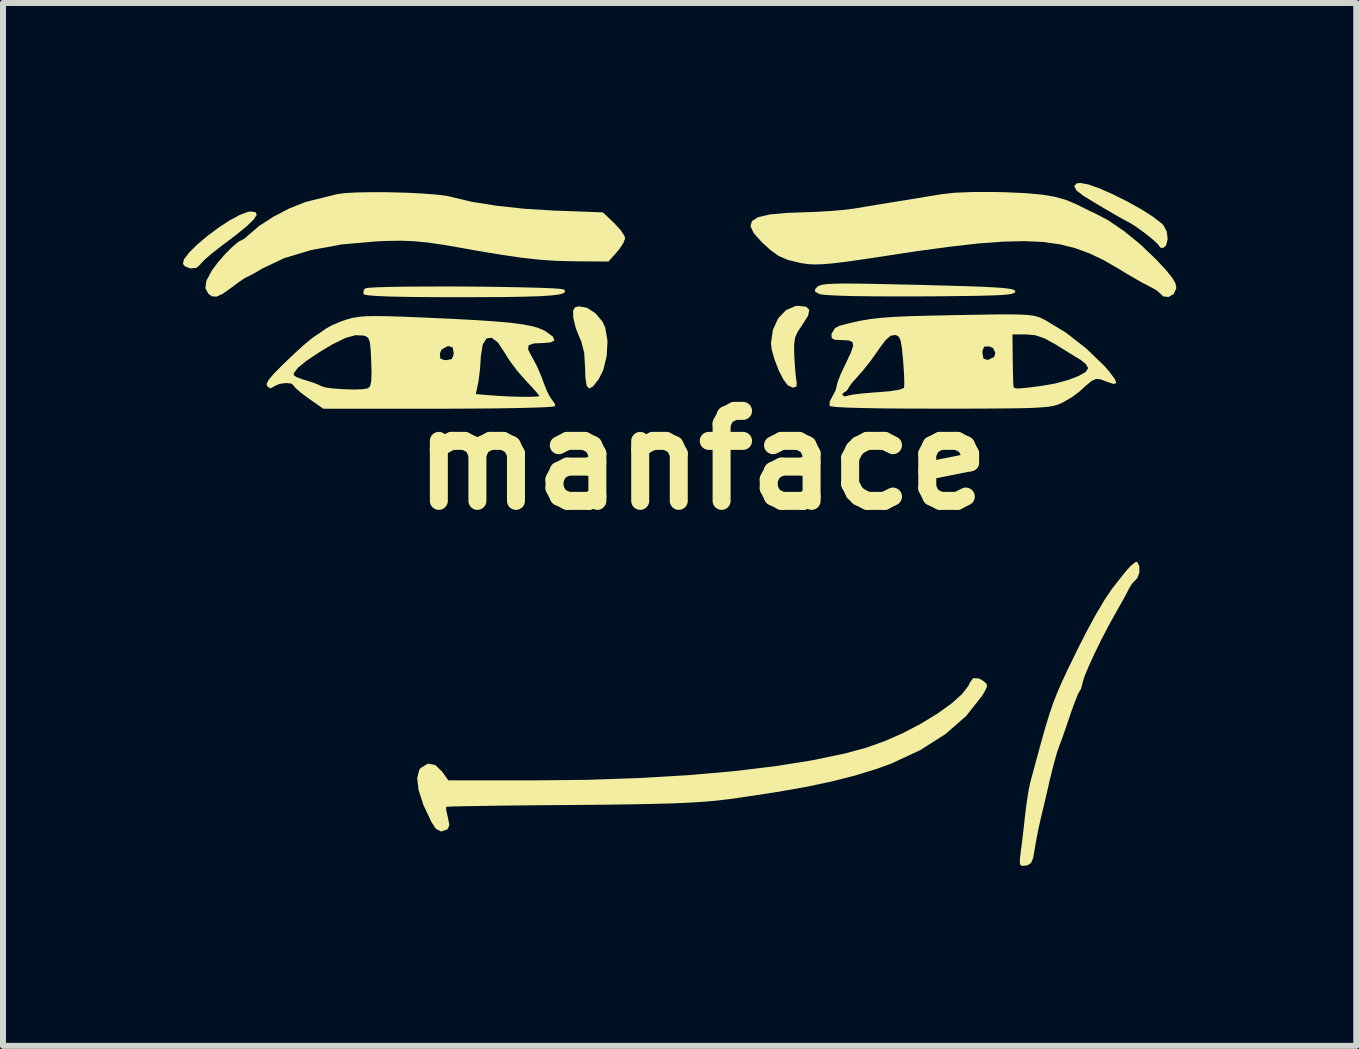
<source format=kicad_pcb>
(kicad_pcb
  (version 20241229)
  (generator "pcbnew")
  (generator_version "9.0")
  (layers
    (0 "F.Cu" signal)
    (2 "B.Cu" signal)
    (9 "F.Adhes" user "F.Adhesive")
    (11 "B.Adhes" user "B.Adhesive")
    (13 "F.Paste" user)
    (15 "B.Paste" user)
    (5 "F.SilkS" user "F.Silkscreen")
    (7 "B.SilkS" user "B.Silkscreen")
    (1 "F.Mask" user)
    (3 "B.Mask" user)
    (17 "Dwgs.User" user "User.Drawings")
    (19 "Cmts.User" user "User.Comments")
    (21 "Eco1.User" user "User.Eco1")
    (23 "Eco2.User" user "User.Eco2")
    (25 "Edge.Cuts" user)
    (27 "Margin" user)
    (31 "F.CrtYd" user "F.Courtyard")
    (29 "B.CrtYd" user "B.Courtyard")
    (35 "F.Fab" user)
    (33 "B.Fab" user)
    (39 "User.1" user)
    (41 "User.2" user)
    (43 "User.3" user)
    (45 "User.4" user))
  (footprint "manface"
    (layer "F.Cu")
    (at 8.659 4.622)
    (property "Reference" "manface" (at 0 0 0) (layer "F.SilkS") (effects (font (size 1.5 1.5) (thickness 0.3))))
    (attr board_only exclude_from_pos_files exclude_from_bom)
    (fp_poly (pts (xy -1.923 -2.541) (xy -1.782 -2.45) (xy -1.666 -2.312) (xy -1.618 -2.208) (xy -1.581 -1.989) (xy -1.594 -1.741) (xy -1.65 -1.506) (xy -1.725 -1.354) (xy -1.82 -1.232) (xy -1.887 -1.194) (xy -1.929 -1.243) (xy -1.95 -1.381) (xy -1.954 -1.527) (xy -1.969 -1.787) (xy -2.019 -1.982) (xy -2.045 -2.04) (xy -2.109 -2.2) (xy -2.149 -2.362) (xy -2.152 -2.384) (xy -2.154 -2.498) (xy -2.119 -2.55) (xy -2.061 -2.565)) (stroke (width 0) (type solid)) (fill yes) (layer "F.SilkS"))
    (fp_poly (pts (xy -7.446 -4.133) (xy -7.429 -4.09) (xy -7.478 -4.014) (xy -7.597 -3.899) (xy -7.79 -3.742) (xy -8.021 -3.568) (xy -8.173 -3.45) (xy -8.294 -3.346) (xy -8.363 -3.274) (xy -8.371 -3.261) (xy -8.435 -3.206) (xy -8.536 -3.197) (xy -8.627 -3.232) (xy -8.659 -3.273) (xy -8.642 -3.349) (xy -8.557 -3.46) (xy -8.423 -3.593) (xy -8.256 -3.734) (xy -8.071 -3.873) (xy -7.885 -3.995) (xy -7.714 -4.088) (xy -7.576 -4.14) (xy -7.527 -4.146)) (stroke (width 0) (type solid)) (fill yes) (layer "F.SilkS"))
    (fp_poly (pts (xy 1.732 -2.558) (xy 1.784 -2.505) (xy 1.762 -2.406) (xy 1.669 -2.259) (xy 1.59 -2.141) (xy 1.546 -2.043) (xy 1.53 -1.929) (xy 1.532 -1.766) (xy 1.535 -1.703) (xy 1.547 -1.523) (xy 1.56 -1.377) (xy 1.574 -1.295) (xy 1.574 -1.293) (xy 1.568 -1.225) (xy 1.506 -1.209) (xy 1.423 -1.25) (xy 1.352 -1.344) (xy 1.274 -1.496) (xy 1.205 -1.674) (xy 1.157 -1.843) (xy 1.144 -1.948) (xy 1.176 -2.173) (xy 1.264 -2.364) (xy 1.395 -2.502) (xy 1.554 -2.57) (xy 1.602 -2.573)) (stroke (width 0) (type solid)) (fill yes) (layer "F.SilkS"))
    (fp_poly (pts (xy 6.435 -4.597) (xy 6.624 -4.53) (xy 6.848 -4.431) (xy 7.085 -4.313) (xy 7.313 -4.186) (xy 7.51 -4.061) (xy 7.654 -3.95) (xy 7.688 -3.917) (xy 7.743 -3.811) (xy 7.758 -3.688) (xy 7.733 -3.583) (xy 7.684 -3.538) (xy 7.63 -3.545) (xy 7.625 -3.56) (xy 7.589 -3.607) (xy 7.499 -3.688) (xy 7.378 -3.785) (xy 7.25 -3.878) (xy 7.14 -3.95) (xy 7.101 -3.97) (xy 7.019 -4.014) (xy 6.878 -4.094) (xy 6.698 -4.199) (xy 6.502 -4.316) (xy 6.35 -4.409) (xy 6.238 -4.497) (xy 6.2 -4.569) (xy 6.239 -4.614) (xy 6.302 -4.622)) (stroke (width 0) (type solid)) (fill yes) (layer "F.SilkS"))
    (fp_poly (pts (xy -3.955 -2.895) (xy -3.611 -2.892) (xy -3.28 -2.887) (xy -2.976 -2.881) (xy -2.713 -2.874) (xy -2.505 -2.866) (xy -2.364 -2.856) (xy -2.305 -2.845) (xy -2.305 -2.845) (xy -2.287 -2.812) (xy -2.311 -2.785) (xy -2.383 -2.763) (xy -2.511 -2.747) (xy -2.702 -2.734) (xy -2.963 -2.726) (xy -3.3 -2.72) (xy -3.722 -2.718) (xy -4.012 -2.717) (xy -4.498 -2.718) (xy -4.893 -2.722) (xy -5.201 -2.728) (xy -5.426 -2.737) (xy -5.571 -2.749) (xy -5.642 -2.763) (xy -5.65 -2.769) (xy -5.646 -2.836) (xy -5.617 -2.865) (xy -5.555 -2.875) (xy -5.412 -2.883) (xy -5.201 -2.889) (xy -4.937 -2.893) (xy -4.632 -2.895) (xy -4.3 -2.896)) (stroke (width 0) (type solid)) (fill yes) (layer "F.SilkS"))
    (fp_poly (pts (xy 2.577 -2.944) (xy 2.869 -2.939) (xy 3.238 -2.931) (xy 3.604 -2.923) (xy 4.044 -2.911) (xy 4.399 -2.901) (xy 4.676 -2.891) (xy 4.885 -2.88) (xy 5.034 -2.869) (xy 5.133 -2.856) (xy 5.191 -2.841) (xy 5.215 -2.823) (xy 5.218 -2.812) (xy 5.208 -2.792) (xy 5.171 -2.776) (xy 5.099 -2.763) (xy 4.981 -2.753) (xy 4.81 -2.746) (xy 4.575 -2.74) (xy 4.268 -2.736) (xy 3.88 -2.732) (xy 3.646 -2.731) (xy 3.214 -2.73) (xy 2.832 -2.732) (xy 2.507 -2.736) (xy 2.248 -2.744) (xy 2.065 -2.754) (xy 1.966 -2.765) (xy 1.957 -2.768) (xy 1.879 -2.809) (xy 1.882 -2.852) (xy 1.915 -2.889) (xy 1.944 -2.908) (xy 1.992 -2.924) (xy 2.07 -2.935) (xy 2.187 -2.942) (xy 2.353 -2.945)) (stroke (width 0) (type solid)) (fill yes) (layer "F.SilkS"))
    (fp_poly (pts (xy 4.612 3.639) (xy 4.691 3.685) (xy 4.74 3.729) (xy 4.745 3.779) (xy 4.704 3.863) (xy 4.658 3.936) (xy 4.399 4.265) (xy 4.055 4.565) (xy 3.636 4.832) (xy 3.151 5.058) (xy 2.909 5.146) (xy 2.558 5.254) (xy 2.172 5.353) (xy 1.737 5.445) (xy 1.239 5.533) (xy 0.665 5.62) (xy 0.429 5.653) (xy 0.247 5.675) (xy 0.043 5.693) (xy -0.193 5.708) (xy -0.472 5.721) (xy -0.805 5.73) (xy -1.201 5.738) (xy -1.672 5.744) (xy -2.21 5.749) (xy -2.642 5.752) (xy -3.044 5.756) (xy -3.405 5.76) (xy -3.716 5.765) (xy -3.968 5.769) (xy -4.149 5.773) (xy -4.252 5.778) (xy -4.271 5.78) (xy -4.27 5.832) (xy -4.247 5.938) (xy -4.241 5.958) (xy -4.218 6.083) (xy -4.244 6.149) (xy -4.254 6.156) (xy -4.356 6.191) (xy -4.442 6.145) (xy -4.512 6.04) (xy -4.649 5.751) (xy -4.73 5.501) (xy -4.754 5.301) (xy -4.719 5.161) (xy -4.695 5.131) (xy -4.574 5.059) (xy -4.452 5.081) (xy -4.337 5.194) (xy -4.235 5.337) (xy -2.796 5.338) (xy -1.907 5.329) (xy -1.054 5.299) (xy -0.244 5.252) (xy 0.512 5.186) (xy 1.206 5.103) (xy 1.83 5.004) (xy 2.375 4.89) (xy 2.74 4.791) (xy 3.045 4.682) (xy 3.354 4.545) (xy 3.653 4.388) (xy 3.925 4.221) (xy 4.157 4.054) (xy 4.334 3.895) (xy 4.44 3.755) (xy 4.456 3.716) (xy 4.515 3.634)) (stroke (width 0) (type solid)) (fill yes) (layer "F.SilkS"))
    (fp_poly (pts (xy -5.222 -4.467) (xy -4.932 -4.459) (xy -4.658 -4.445) (xy -4.424 -4.427) (xy -4.25 -4.404) (xy -4.194 -4.391) (xy -3.853 -4.31) (xy -3.439 -4.243) (xy -2.973 -4.192) (xy -2.474 -4.161) (xy -2.413 -4.159) (xy -1.657 -4.131) (xy -1.472 -3.955) (xy -1.367 -3.842) (xy -1.3 -3.743) (xy -1.287 -3.701) (xy -1.317 -3.619) (xy -1.392 -3.508) (xy -1.426 -3.468) (xy -1.565 -3.312) (xy -2.153 -3.316) (xy -2.43 -3.323) (xy -2.71 -3.342) (xy -3.012 -3.375) (xy -3.356 -3.425) (xy -3.763 -3.493) (xy -3.979 -3.532) (xy -4.308 -3.589) (xy -4.572 -3.628) (xy -4.8 -3.65) (xy -5.02 -3.659) (xy -5.26 -3.655) (xy -5.433 -3.648) (xy -6.01 -3.597) (xy -6.527 -3.502) (xy -6.973 -3.367) (xy -7.341 -3.193) (xy -7.351 -3.186) (xy -7.48 -3.111) (xy -7.572 -3.062) (xy -7.601 -3.05) (xy -7.648 -3.023) (xy -7.747 -2.955) (xy -7.842 -2.883) (xy -7.996 -2.774) (xy -8.101 -2.726) (xy -8.178 -2.732) (xy -8.235 -2.774) (xy -8.286 -2.869) (xy -8.268 -2.993) (xy -8.178 -3.16) (xy -8.169 -3.174) (xy -8.074 -3.301) (xy -7.957 -3.434) (xy -7.838 -3.554) (xy -7.738 -3.639) (xy -7.68 -3.669) (xy -7.624 -3.7) (xy -7.567 -3.753) (xy -7.388 -3.906) (xy -7.149 -4.06) (xy -6.884 -4.198) (xy -6.627 -4.3) (xy -6.528 -4.327) (xy -6.336 -4.374) (xy -6.136 -4.424) (xy -6.1 -4.433) (xy -5.967 -4.452) (xy -5.761 -4.464) (xy -5.506 -4.468)) (stroke (width 0) (type solid)) (fill yes) (layer "F.SilkS"))
    (fp_poly (pts (xy 7.285 1.764) (xy 7.286 1.871) (xy 7.254 1.964) (xy 7.231 1.987) (xy 7.165 2.057) (xy 7.112 2.144) (xy 7.059 2.247) (xy 6.976 2.398) (xy 6.89 2.55) (xy 6.767 2.771) (xy 6.645 3.006) (xy 6.533 3.236) (xy 6.439 3.442) (xy 6.371 3.606) (xy 6.339 3.71) (xy 6.338 3.725) (xy 6.311 3.818) (xy 6.296 3.839) (xy 6.262 3.902) (xy 6.209 4.033) (xy 6.147 4.205) (xy 6.127 4.265) (xy 6.063 4.454) (xy 6.006 4.617) (xy 5.966 4.725) (xy 5.959 4.742) (xy 5.913 4.874) (xy 5.855 5.08) (xy 5.79 5.342) (xy 5.759 5.48) (xy 5.718 5.657) (xy 5.669 5.863) (xy 5.646 5.957) (xy 5.599 6.167) (xy 5.556 6.394) (xy 5.542 6.481) (xy 5.515 6.634) (xy 5.48 6.717) (xy 5.426 6.752) (xy 5.39 6.759) (xy 5.325 6.764) (xy 5.295 6.738) (xy 5.293 6.661) (xy 5.31 6.521) (xy 5.333 6.339) (xy 5.36 6.113) (xy 5.382 5.909) (xy 5.408 5.703) (xy 5.439 5.505) (xy 5.47 5.361) (xy 5.574 4.976) (xy 5.659 4.666) (xy 5.73 4.416) (xy 5.794 4.21) (xy 5.856 4.031) (xy 5.922 3.864) (xy 5.997 3.692) (xy 6.087 3.499) (xy 6.199 3.27) (xy 6.248 3.169) (xy 6.405 2.859) (xy 6.56 2.574) (xy 6.702 2.334) (xy 6.82 2.158) (xy 6.849 2.121) (xy 6.898 2.058) (xy 6.984 1.949) (xy 7.046 1.87) (xy 7.141 1.763) (xy 7.217 1.701) (xy 7.248 1.694)) (stroke (width 0) (type solid)) (fill yes) (layer "F.SilkS"))
    (fp_poly (pts (xy 4.879 -4.471) (xy 5.05 -4.467) (xy 5.391 -4.452) (xy 5.658 -4.428) (xy 5.875 -4.392) (xy 6.062 -4.339) (xy 6.242 -4.264) (xy 6.375 -4.197) (xy 6.483 -4.144) (xy 6.529 -4.124) (xy 6.763 -4.002) (xy 7.03 -3.82) (xy 7.306 -3.595) (xy 7.567 -3.345) (xy 7.732 -3.168) (xy 7.836 -3.039) (xy 7.889 -2.945) (xy 7.902 -2.871) (xy 7.901 -2.862) (xy 7.857 -2.77) (xy 7.773 -2.721) (xy 7.686 -2.729) (xy 7.648 -2.764) (xy 7.582 -2.826) (xy 7.513 -2.866) (xy 7.323 -2.965) (xy 7.061 -3.117) (xy 6.934 -3.195) (xy 6.691 -3.335) (xy 6.454 -3.448) (xy 6.213 -3.536) (xy 5.958 -3.599) (xy 5.679 -3.638) (xy 5.364 -3.652) (xy 5.006 -3.643) (xy 4.592 -3.612) (xy 4.113 -3.557) (xy 3.559 -3.482) (xy 3.074 -3.408) (xy 2.702 -3.352) (xy 2.41 -3.31) (xy 2.184 -3.282) (xy 2.009 -3.267) (xy 1.872 -3.263) (xy 1.758 -3.269) (xy 1.652 -3.285) (xy 1.616 -3.292) (xy 1.423 -3.34) (xy 1.275 -3.404) (xy 1.135 -3.503) (xy 0.986 -3.64) (xy 0.858 -3.784) (xy 0.803 -3.899) (xy 0.827 -3.987) (xy 0.931 -4.052) (xy 1.12 -4.096) (xy 1.397 -4.122) (xy 1.633 -4.131) (xy 1.898 -4.14) (xy 2.16 -4.156) (xy 2.387 -4.176) (xy 2.538 -4.196) (xy 2.734 -4.229) (xy 2.976 -4.269) (xy 3.215 -4.308) (xy 3.241 -4.312) (xy 3.483 -4.351) (xy 3.742 -4.394) (xy 3.963 -4.431) (xy 3.978 -4.433) (xy 4.206 -4.459) (xy 4.512 -4.471)) (stroke (width 0) (type solid)) (fill yes) (layer "F.SilkS"))
    (fp_poly (pts (xy -5.233 -2.4) (xy -4.951 -2.391) (xy -4.64 -2.378) (xy -4.162 -2.356) (xy -3.768 -2.335) (xy -3.45 -2.313) (xy -3.197 -2.291) (xy -2.999 -2.265) (xy -2.847 -2.236) (xy -2.73 -2.203) (xy -2.639 -2.163) (xy -2.609 -2.146) (xy -2.491 -2.06) (xy -2.465 -1.998) (xy -2.53 -1.963) (xy -2.644 -1.954) (xy -2.812 -1.946) (xy -2.896 -1.915) (xy -2.905 -1.849) (xy -2.849 -1.736) (xy -2.841 -1.723) (xy -2.759 -1.571) (xy -2.679 -1.385) (xy -2.65 -1.302) (xy -2.591 -1.153) (xy -2.531 -1.038) (xy -2.5 -0.999) (xy -2.454 -0.932) (xy -2.458 -0.9) (xy -2.509 -0.891) (xy -2.647 -0.882) (xy -2.859 -0.875) (xy -3.137 -0.868) (xy -3.47 -0.863) (xy -3.849 -0.86) (xy -4.263 -0.858) (xy -4.401 -0.858) (xy -6.319 -0.858) (xy -6.567 -1.031) (xy -6.662 -1.102) (xy -3.776 -1.102) (xy -3.568 -1.084) (xy -3.385 -1.071) (xy -3.189 -1.061) (xy -3.001 -1.057) (xy -2.845 -1.057) (xy -2.743 -1.062) (xy -2.716 -1.069) (xy -2.747 -1.112) (xy -2.827 -1.203) (xy -2.94 -1.324) (xy -2.949 -1.333) (xy -3.089 -1.493) (xy -3.218 -1.666) (xy -3.294 -1.789) (xy -3.408 -1.961) (xy -3.511 -2.041) (xy -3.598 -2.029) (xy -3.661 -1.928) (xy -3.692 -1.737) (xy -3.694 -1.705) (xy -3.706 -1.52) (xy -3.728 -1.341) (xy -3.739 -1.278) (xy -3.776 -1.102) (xy -6.662 -1.102) (xy -6.695 -1.127) (xy -6.785 -1.206) (xy -6.815 -1.246) (xy -6.854 -1.278) (xy -6.946 -1.286) (xy -7.052 -1.271) (xy -7.133 -1.235) (xy -7.139 -1.229) (xy -7.204 -1.197) (xy -7.253 -1.23) (xy -7.265 -1.271) (xy -7.23 -1.339) (xy -7.16 -1.422) (xy -6.815 -1.422) (xy -6.773 -1.389) (xy -6.668 -1.348) (xy -6.612 -1.332) (xy -6.476 -1.289) (xy -6.378 -1.248) (xy -6.36 -1.237) (xy -6.287 -1.213) (xy -6.149 -1.195) (xy -5.978 -1.183) (xy -5.804 -1.178) (xy -5.659 -1.183) (xy -5.576 -1.198) (xy -5.54 -1.233) (xy -5.521 -1.309) (xy -5.515 -1.446) (xy -5.52 -1.639) (xy -5.526 -1.775) (xy -4.376 -1.775) (xy -4.369 -1.695) (xy -4.301 -1.669) (xy -4.268 -1.668) (xy -4.176 -1.686) (xy -4.147 -1.76) (xy -4.146 -1.79) (xy -4.162 -1.88) (xy -4.224 -1.901) (xy -4.253 -1.898) (xy -4.35 -1.843) (xy -4.376 -1.775) (xy -5.526 -1.775) (xy -5.529 -1.838) (xy -5.542 -1.961) (xy -5.565 -2.03) (xy -5.604 -2.063) (xy -5.65 -2.078) (xy -5.784 -2.084) (xy -5.953 -2.036) (xy -6.167 -1.931) (xy -6.384 -1.801) (xy -6.602 -1.655) (xy -6.74 -1.542) (xy -6.806 -1.457) (xy -6.815 -1.422) (xy -7.16 -1.422) (xy -7.142 -1.444) (xy -6.99 -1.597) (xy -6.954 -1.632) (xy -6.792 -1.785) (xy -6.645 -1.919) (xy -6.531 -2.015) (xy -6.486 -2.049) (xy -6.359 -2.134) (xy -6.273 -2.195) (xy -6.169 -2.252) (xy -6.016 -2.316) (xy -5.927 -2.346) (xy -5.835 -2.372) (xy -5.734 -2.389) (xy -5.61 -2.4) (xy -5.448 -2.403)) (stroke (width 0) (type solid)) (fill yes) (layer "F.SilkS"))
    (fp_poly (pts (xy 5.298 -2.428) (xy 5.427 -2.421) (xy 5.522 -2.409) (xy 5.594 -2.39) (xy 5.657 -2.365) (xy 5.714 -2.337) (xy 6.061 -2.127) (xy 6.405 -1.859) (xy 6.709 -1.564) (xy 6.779 -1.484) (xy 6.877 -1.354) (xy 6.902 -1.284) (xy 6.853 -1.271) (xy 6.737 -1.31) (xy 6.639 -1.348) (xy 6.566 -1.355) (xy 6.493 -1.323) (xy 6.393 -1.241) (xy 6.293 -1.149) (xy 6.168 -1.054) (xy 6.014 -0.964) (xy 5.981 -0.948) (xy 5.925 -0.925) (xy 5.86 -0.907) (xy 5.776 -0.892) (xy 5.662 -0.881) (xy 5.509 -0.872) (xy 5.308 -0.866) (xy 5.047 -0.863) (xy 4.718 -0.86) (xy 4.31 -0.859) (xy 3.97 -0.859) (xy 3.463 -0.86) (xy 3.031 -0.863) (xy 2.678 -0.869) (xy 2.408 -0.877) (xy 2.225 -0.887) (xy 2.132 -0.9) (xy 2.121 -0.905) (xy 2.123 -0.975) (xy 2.166 -1.059) (xy 2.183 -1.091) (xy 2.335 -1.091) (xy 2.369 -1.061) (xy 2.418 -1.074) (xy 2.502 -1.092) (xy 2.654 -1.111) (xy 2.846 -1.128) (xy 2.923 -1.133) (xy 3.129 -1.15) (xy 3.28 -1.174) (xy 3.357 -1.202) (xy 3.363 -1.209) (xy 3.367 -1.279) (xy 3.364 -1.418) (xy 3.352 -1.6) (xy 3.347 -1.668) (xy 3.335 -1.787) (xy 4.67 -1.787) (xy 4.685 -1.696) (xy 4.745 -1.673) (xy 4.777 -1.677) (xy 4.867 -1.724) (xy 4.885 -1.787) (xy 4.846 -1.872) (xy 4.777 -1.898) (xy 4.698 -1.892) (xy 4.671 -1.825) (xy 4.67 -1.787) (xy 3.335 -1.787) (xy 3.327 -1.866) (xy 3.307 -1.988) (xy 3.279 -2.054) (xy 3.238 -2.082) (xy 3.211 -2.087) (xy 3.139 -2.074) (xy 3.059 -2.005) (xy 2.954 -1.867) (xy 2.931 -1.832) (xy 2.809 -1.66) (xy 2.678 -1.495) (xy 2.591 -1.396) (xy 2.497 -1.291) (xy 2.439 -1.21) (xy 2.43 -1.187) (xy 2.394 -1.145) (xy 2.383 -1.144) (xy 2.337 -1.107) (xy 2.335 -1.091) (xy 2.183 -1.091) (xy 2.222 -1.165) (xy 2.24 -1.238) (xy 2.26 -1.316) (xy 2.313 -1.448) (xy 2.383 -1.596) (xy 2.472 -1.783) (xy 2.514 -1.902) (xy 2.505 -1.967) (xy 2.445 -1.996) (xy 2.332 -2.002) (xy 2.209 -2.007) (xy 2.157 -2.035) (xy 2.152 -2.097) (xy 2.152 -2.097) (xy 5.17 -2.097) (xy 5.175 -1.68) (xy 5.178 -1.488) (xy 5.182 -1.334) (xy 5.186 -1.242) (xy 5.187 -1.227) (xy 5.199 -1.206) (xy 5.234 -1.196) (xy 5.31 -1.198) (xy 5.445 -1.212) (xy 5.657 -1.239) (xy 5.662 -1.24) (xy 5.891 -1.28) (xy 6.103 -1.338) (xy 6.276 -1.405) (xy 6.393 -1.473) (xy 6.433 -1.534) (xy 6.396 -1.6) (xy 6.306 -1.673) (xy 6.302 -1.675) (xy 6.192 -1.742) (xy 6.038 -1.837) (xy 5.895 -1.926) (xy 5.707 -2.03) (xy 5.551 -2.083) (xy 5.394 -2.097) (xy 5.17 -2.097) (xy 2.152 -2.097) (xy 2.153 -2.105) (xy 2.211 -2.202) (xy 2.287 -2.241) (xy 2.462 -2.287) (xy 2.625 -2.323) (xy 2.791 -2.351) (xy 2.977 -2.373) (xy 3.198 -2.389) (xy 3.468 -2.401) (xy 3.804 -2.41) (xy 4.195 -2.418) (xy 4.583 -2.425) (xy 4.888 -2.43) (xy 5.123 -2.431)) (stroke (width 0) (type solid)) (fill yes) (layer "F.SilkS")))
  (gr_rect
    (start -3 -3)
    (end 19.561 14.386)
    (stroke (width 0.1) (type default))
    (fill no)
    (layer "Edge.Cuts")))
</source>
